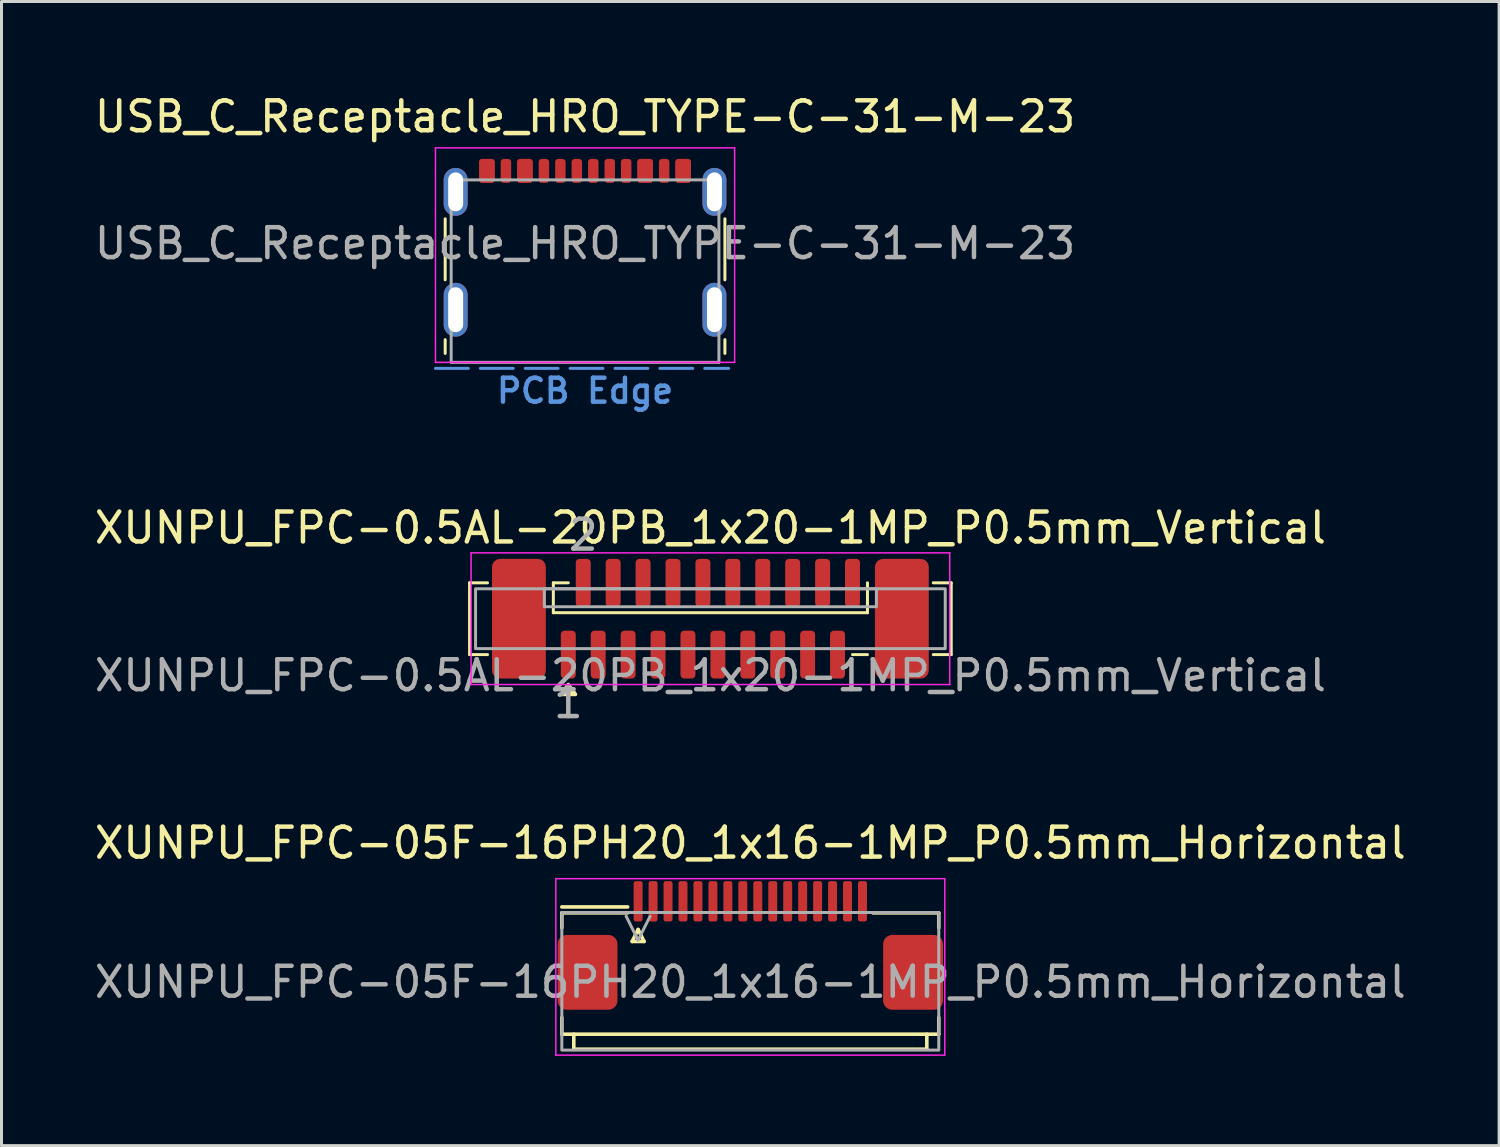
<source format=kicad_pcb>
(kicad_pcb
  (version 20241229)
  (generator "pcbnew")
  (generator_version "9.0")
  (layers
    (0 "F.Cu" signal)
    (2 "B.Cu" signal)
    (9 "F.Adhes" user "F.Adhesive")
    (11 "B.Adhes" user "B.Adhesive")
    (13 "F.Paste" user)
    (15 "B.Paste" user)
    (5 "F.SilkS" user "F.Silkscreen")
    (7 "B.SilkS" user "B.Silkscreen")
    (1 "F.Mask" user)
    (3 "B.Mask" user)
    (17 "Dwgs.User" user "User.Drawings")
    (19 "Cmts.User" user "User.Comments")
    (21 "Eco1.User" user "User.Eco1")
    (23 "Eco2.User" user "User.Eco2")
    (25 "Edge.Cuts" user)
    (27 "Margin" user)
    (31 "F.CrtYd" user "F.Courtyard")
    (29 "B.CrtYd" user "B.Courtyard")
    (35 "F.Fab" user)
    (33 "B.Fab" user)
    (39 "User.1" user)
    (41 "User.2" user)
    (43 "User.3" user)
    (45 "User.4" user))
  (footprint "XUNPU_FPC-05F-16PH20_1x16-1MP_P0.5mm_Horizontal"
    (layer "F.Cu")
    (at 22.03 28.165)
    (property "Reference" "XUNPU_FPC-05F-16PH20_1x16-1MP_P0.5mm_Horizontal" (at 0 -3.038 0) (layer "F.SilkS") (effects (font (size 1 1) (thickness 0.15))))
    (attr smd)
    (fp_line (start -6.3 -0.9) (end -4.1 -0.9) (stroke (width 0.12) (type default)) (layer "F.SilkS"))
    (fp_line (start -6.3 -0.7) (end -6.3 -0.2) (stroke (width 0.12) (type default)) (layer "F.SilkS"))
    (fp_line (start -6.3 -0.7) (end -4.1 -0.7) (stroke (width 0.12) (type default)) (layer "F.SilkS"))
    (fp_line (start -6.3 3.355) (end -6.3 2.8) (stroke (width 0.12) (type default)) (layer "F.SilkS"))
    (fp_line (start -6.3 3.355) (end 6.3 3.355) (stroke (width 0.12) (type default)) (layer "F.SilkS"))
    (fp_line (start -5.9 3.355) (end -5.9 3.855) (stroke (width 0.12) (type default)) (layer "F.SilkS"))
    (fp_line (start -3.95 0.255) (end -3.55 0.255) (stroke (width 0.12) (type solid)) (layer "F.SilkS"))
    (fp_line (start -3.75 -0.145) (end -3.95 0.255) (stroke (width 0.12) (type solid)) (layer "F.SilkS"))
    (fp_line (start -3.55 0.255) (end -3.75 -0.145) (stroke (width 0.12) (type solid)) (layer "F.SilkS"))
    (fp_line (start 5.9 3.355) (end 5.9 3.855) (stroke (width 0.12) (type default)) (layer "F.SilkS"))
    (fp_line (start 5.9 3.855) (end -5.9 3.855) (stroke (width 0.12) (type default)) (layer "F.SilkS"))
    (fp_line (start 6.3 -0.7) (end 4.1 -0.7) (stroke (width 0.12) (type default)) (layer "F.SilkS"))
    (fp_line (start 6.3 -0.7) (end 6.3 -0.2) (stroke (width 0.12) (type default)) (layer "F.SilkS"))
    (fp_line (start 6.3 3.355) (end 6.3 2.8) (stroke (width 0.12) (type default)) (layer "F.SilkS"))
    (fp_line (start -6.5 -1.845) (end -6.5 4.055) (stroke (width 0.05) (type solid)) (layer "F.CrtYd"))
    (fp_line (start -6.5 4.055) (end 6.5 4.055) (stroke (width 0.05) (type solid)) (layer "F.CrtYd"))
    (fp_line (start 6.5 -1.845) (end -6.5 -1.845) (stroke (width 0.05) (type solid)) (layer "F.CrtYd"))
    (fp_line (start 6.5 4.055) (end 6.5 -1.845) (stroke (width 0.05) (type solid)) (layer "F.CrtYd"))
    (fp_line (start -4.15 -0.588) (end -3.75 0.212) (stroke (width 0.1) (type solid)) (layer "F.Fab"))
    (fp_line (start -3.75 0.212) (end -3.35 -0.588) (stroke (width 0.1) (type solid)) (layer "F.Fab"))
    (fp_rect (start -6.3 -0.713) (end 6.3 3.887) (stroke (width 0.1) (type default)) (fill no) (layer "F.Fab"))
    (fp_text user "${REFERENCE}" (at 0 1.612 0) (layer "F.Fab") (effects (font (size 1 1) (thickness 0.15))))
    (pad "1" smd roundrect (at -3.75 -1.088) (size 0.3 1.35) (layers "F.Cu" "F.Mask" "F.Paste") (roundrect_rratio 0.25))
    (pad "2" smd roundrect (at -3.25 -1.088) (size 0.3 1.35) (layers "F.Cu" "F.Mask" "F.Paste") (roundrect_rratio 0.25))
    (pad "3" smd roundrect (at -2.75 -1.088) (size 0.3 1.35) (layers "F.Cu" "F.Mask" "F.Paste") (roundrect_rratio 0.25))
    (pad "4" smd roundrect (at -2.25 -1.088) (size 0.3 1.35) (layers "F.Cu" "F.Mask" "F.Paste") (roundrect_rratio 0.25))
    (pad "5" smd roundrect (at -1.75 -1.088) (size 0.3 1.35) (layers "F.Cu" "F.Mask" "F.Paste") (roundrect_rratio 0.25))
    (pad "6" smd roundrect (at -1.25 -1.088) (size 0.3 1.35) (layers "F.Cu" "F.Mask" "F.Paste") (roundrect_rratio 0.25))
    (pad "7" smd roundrect (at -0.75 -1.088) (size 0.3 1.35) (layers "F.Cu" "F.Mask" "F.Paste") (roundrect_rratio 0.25))
    (pad "8" smd roundrect (at -0.25 -1.088) (size 0.3 1.35) (layers "F.Cu" "F.Mask" "F.Paste") (roundrect_rratio 0.25))
    (pad "9" smd roundrect (at 0.25 -1.088) (size 0.3 1.35) (layers "F.Cu" "F.Mask" "F.Paste") (roundrect_rratio 0.25))
    (pad "10" smd roundrect (at 0.75 -1.088) (size 0.3 1.35) (layers "F.Cu" "F.Mask" "F.Paste") (roundrect_rratio 0.25))
    (pad "11" smd roundrect (at 1.25 -1.088) (size 0.3 1.35) (layers "F.Cu" "F.Mask" "F.Paste") (roundrect_rratio 0.25))
    (pad "12" smd roundrect (at 1.75 -1.088) (size 0.3 1.35) (layers "F.Cu" "F.Mask" "F.Paste") (roundrect_rratio 0.25))
    (pad "13" smd roundrect (at 2.25 -1.088) (size 0.3 1.35) (layers "F.Cu" "F.Mask" "F.Paste") (roundrect_rratio 0.25))
    (pad "14" smd roundrect (at 2.75 -1.088) (size 0.3 1.35) (layers "F.Cu" "F.Mask" "F.Paste") (roundrect_rratio 0.25))
    (pad "15" smd roundrect (at 3.25 -1.088) (size 0.3 1.35) (layers "F.Cu" "F.Mask" "F.Paste") (roundrect_rratio 0.25))
    (pad "16" smd roundrect (at 3.75 -1.088) (size 0.3 1.35) (layers "F.Cu" "F.Mask" "F.Paste") (roundrect_rratio 0.25))
    (pad "MP" smd roundrect (at -5.44 1.287) (size 2 2.5) (layers "F.Cu" "F.Mask" "F.Paste") (roundrect_rratio 0.15))
    (pad "MP" smd roundrect (at 5.44 1.287) (size 2 2.5) (layers "F.Cu" "F.Mask" "F.Paste") (roundrect_rratio 0.15)))
  (footprint "XUNPU_FPC-0.5AL-20PB_1x20-1MP_P0.5mm_Vertical"
    (layer "F.Cu")
    (at 20.696 17.631)
    (property "Reference" "XUNPU_FPC-0.5AL-20PB_1x20-1MP_P0.5mm_Vertical" (at 0 -3.038 0) (layer "F.SilkS") (effects (font (size 1 1) (thickness 0.15))))
    (attr smd)
    (fp_line (start -8.05 -1.2) (end -8.05 1.2) (stroke (width 0.1) (type default)) (layer "F.SilkS"))
    (fp_line (start -8.05 1.2) (end -7.45 1.2) (stroke (width 0.1) (type default)) (layer "F.SilkS"))
    (fp_line (start -7.45 -1.2) (end -8.05 -1.2) (stroke (width 0.1) (type default)) (layer "F.SilkS"))
    (fp_line (start -5.25 -1.2) (end -4.75 -1.2) (stroke (width 0.1) (type default)) (layer "F.SilkS"))
    (fp_line (start -5.25 -0.2) (end -5.25 -1.2) (stroke (width 0.1) (type default)) (layer "F.SilkS"))
    (fp_line (start 5.25 -0.2) (end -5.25 -0.2) (stroke (width 0.1) (type default)) (layer "F.SilkS"))
    (fp_line (start 5.25 -0.2) (end 5.25 -1.2) (stroke (width 0.1) (type default)) (layer "F.SilkS"))
    (fp_line (start 5.25 1.2) (end 4.75 1.2) (stroke (width 0.1) (type default)) (layer "F.SilkS"))
    (fp_line (start 7.45 -1.2) (end 8.05 -1.2) (stroke (width 0.1) (type default)) (layer "F.SilkS"))
    (fp_line (start 8.05 -1.2) (end 8.05 1.2) (stroke (width 0.1) (type default)) (layer "F.SilkS"))
    (fp_line (start 8.05 1.2) (end 7.45 1.2) (stroke (width 0.1) (type default)) (layer "F.SilkS"))
    (fp_poly (pts (xy -4.75 2.2) (xy -4.51 2.53) (xy -4.99 2.53) (xy -4.75 2.2)) (stroke (width 0.12) (type solid)) (fill yes) (layer "F.SilkS"))
    (fp_line (start -8 -2.2) (end -8 2.2) (stroke (width 0.05) (type solid)) (layer "F.CrtYd"))
    (fp_line (start -8 2.2) (end 8 2.2) (stroke (width 0.05) (type solid)) (layer "F.CrtYd"))
    (fp_line (start 8 -2.2) (end -8 -2.2) (stroke (width 0.05) (type solid)) (layer "F.CrtYd"))
    (fp_line (start 8 2.2) (end 8 -2.2) (stroke (width 0.05) (type solid)) (layer "F.CrtYd"))
    (fp_rect (start -7.85 -1) (end 7.85 1) (stroke (width 0.1) (type default)) (fill no) (layer "F.Fab"))
    (fp_rect (start -5.55 -1) (end 5.55 -0.4) (stroke (width 0.1) (type default)) (fill no) (layer "F.Fab"))
    (fp_text user "2" (at -4.25 -2.8 180) (layer "F.Fab") (effects (font (size 1 1) (thickness 0.15))))
    (fp_text user "1" (at -4.75 2.8 0) (layer "F.Fab") (effects (font (size 1 1) (thickness 0.15))))
    (fp_text user "${REFERENCE}" (at 0 1.9 0) (layer "F.Fab") (effects (font (size 1 1) (thickness 0.15))))
    (pad "1" smd roundrect (at -4.75 1.2) (size 0.5 1.6) (layers "F.Cu" "F.Mask" "F.Paste") (roundrect_rratio 0.25))
    (pad "2" smd roundrect (at -4.25 -1.2) (size 0.5 1.6) (layers "F.Cu" "F.Mask" "F.Paste") (roundrect_rratio 0.25))
    (pad "3" smd roundrect (at -3.75 1.2) (size 0.5 1.6) (layers "F.Cu" "F.Mask" "F.Paste") (roundrect_rratio 0.25))
    (pad "4" smd roundrect (at -3.25 -1.2) (size 0.5 1.6) (layers "F.Cu" "F.Mask" "F.Paste") (roundrect_rratio 0.25))
    (pad "5" smd roundrect (at -2.75 1.2) (size 0.5 1.6) (layers "F.Cu" "F.Mask" "F.Paste") (roundrect_rratio 0.25))
    (pad "6" smd roundrect (at -2.25 -1.2) (size 0.5 1.6) (layers "F.Cu" "F.Mask" "F.Paste") (roundrect_rratio 0.25))
    (pad "7" smd roundrect (at -1.75 1.2) (size 0.5 1.6) (layers "F.Cu" "F.Mask" "F.Paste") (roundrect_rratio 0.25))
    (pad "8" smd roundrect (at -1.25 -1.2) (size 0.5 1.6) (layers "F.Cu" "F.Mask" "F.Paste") (roundrect_rratio 0.25))
    (pad "9" smd roundrect (at -0.75 1.2) (size 0.5 1.6) (layers "F.Cu" "F.Mask" "F.Paste") (roundrect_rratio 0.25))
    (pad "10" smd roundrect (at -0.25 -1.2) (size 0.5 1.6) (layers "F.Cu" "F.Mask" "F.Paste") (roundrect_rratio 0.25))
    (pad "11" smd roundrect (at 0.25 1.2) (size 0.5 1.6) (layers "F.Cu" "F.Mask" "F.Paste") (roundrect_rratio 0.25))
    (pad "12" smd roundrect (at 0.75 -1.2) (size 0.5 1.6) (layers "F.Cu" "F.Mask" "F.Paste") (roundrect_rratio 0.25))
    (pad "13" smd roundrect (at 1.25 1.2) (size 0.5 1.6) (layers "F.Cu" "F.Mask" "F.Paste") (roundrect_rratio 0.25))
    (pad "14" smd roundrect (at 1.75 -1.2) (size 0.5 1.6) (layers "F.Cu" "F.Mask" "F.Paste") (roundrect_rratio 0.25))
    (pad "15" smd roundrect (at 2.25 1.2) (size 0.5 1.6) (layers "F.Cu" "F.Mask" "F.Paste") (roundrect_rratio 0.25))
    (pad "16" smd roundrect (at 2.75 -1.2) (size 0.5 1.6) (layers "F.Cu" "F.Mask" "F.Paste") (roundrect_rratio 0.25))
    (pad "17" smd roundrect (at 3.25 1.2) (size 0.5 1.6) (layers "F.Cu" "F.Mask" "F.Paste") (roundrect_rratio 0.25))
    (pad "18" smd roundrect (at 3.75 -1.2) (size 0.5 1.6) (layers "F.Cu" "F.Mask" "F.Paste") (roundrect_rratio 0.25))
    (pad "19" smd roundrect (at 4.25 1.2) (size 0.5 1.6) (layers "F.Cu" "F.Mask" "F.Paste") (roundrect_rratio 0.25))
    (pad "20" smd roundrect (at 4.75 -1.2) (size 0.5 1.6) (layers "F.Cu" "F.Mask" "F.Paste") (roundrect_rratio 0.25))
    (pad "MP" smd roundrect (at -6.4 0) (size 1.8 4) (layers "F.Cu" "F.Mask" "F.Paste") (roundrect_rratio 0.15))
    (pad "MP" smd roundrect (at 6.4 0) (size 1.8 4) (layers "F.Cu" "F.Mask" "F.Paste") (roundrect_rratio 0.15)))
  (footprint "USB_C_Receptacle_HRO_TYPE-C-31-M-23"
    (layer "F.Cu")
    (at 16.506 5.088)
    (property "Reference" "USB_C_Receptacle_HRO_TYPE-C-31-M-23" (at 0 -4.24 0) (layer "F.SilkS") (effects (font (size 1 1) (thickness 0.15))))
    (attr smd)
    (fp_line (start -4.675 -0.825) (end -4.675 1.215) (stroke (width 0.1) (type default)) (layer "F.SilkS"))
    (fp_line (start -4.675 3.215) (end -4.675 3.675) (stroke (width 0.1) (type default)) (layer "F.SilkS"))
    (fp_line (start 4.675 -0.825) (end 4.675 1.215) (stroke (width 0.1) (type default)) (layer "F.SilkS"))
    (fp_line (start 4.675 3.215) (end 4.675 3.675) (stroke (width 0.1) (type default)) (layer "F.SilkS"))
    (fp_line (start -5 4.175) (end 4.8 4.175) (stroke (width 0.1) (type dash)) (layer "Cmts.User"))
    (fp_line (start -5 -3.195) (end -5 3.975) (stroke (width 0.05) (type solid)) (layer "F.CrtYd"))
    (fp_line (start -5 -3.195) (end 5 -3.195) (stroke (width 0.05) (type solid)) (layer "F.CrtYd"))
    (fp_line (start -5 3.975) (end 5 3.975) (stroke (width 0.05) (type solid)) (layer "F.CrtYd"))
    (fp_line (start 5 -3.195) (end 5 3.975) (stroke (width 0.05) (type solid)) (layer "F.CrtYd"))
    (fp_line (start -4.475 -2.125) (end 4.475 -2.125) (stroke (width 0.1) (type solid)) (layer "F.Fab"))
    (fp_line (start -4.475 3.975) (end -4.475 -2.125) (stroke (width 0.1) (type default)) (layer "F.Fab"))
    (fp_line (start -4.475 3.975) (end 4.475 3.975) (stroke (width 0.1) (type solid)) (layer "F.Fab"))
    (fp_line (start 4.475 -2.125) (end 4.475 3.975) (stroke (width 0.1) (type default)) (layer "F.Fab"))
    (fp_text user "PCB Edge" (at 0 4.925 0) (layer "Cmts.User") (effects (font (size 0.8 0.8) (thickness 0.15))))
    (fp_text user "${REFERENCE}" (at 0 0 0) (layer "F.Fab") (effects (font (size 1 1) (thickness 0.15))))
    (pad "A1" smd roundrect (at -3.28 -2.425) (size 0.52 0.8) (layers "F.Cu" "F.Mask" "F.Paste") (roundrect_rratio 0.2))
    (pad "A4" smd roundrect (at -2.01 -2.425) (size 0.52 0.8) (layers "F.Cu" "F.Mask" "F.Paste") (roundrect_rratio 0.2))
    (pad "A5" smd roundrect (at -2.645 -2.425) (size 0.35 0.8) (layers "F.Cu" "F.Mask" "F.Paste") (roundrect_rratio 0.286))
    (pad "A6" smd roundrect (at -1.375 -2.425) (size 0.35 0.8) (layers "F.Cu" "F.Mask" "F.Paste") (roundrect_rratio 0.286))
    (pad "A7" smd roundrect (at 1.375 -2.425) (size 0.35 0.8) (layers "F.Cu" "F.Mask" "F.Paste") (roundrect_rratio 0.286))
    (pad "A8" smd roundrect (at 2.645 -2.425) (size 0.35 0.8) (layers "F.Cu" "F.Mask" "F.Paste") (roundrect_rratio 0.286))
    (pad "A9" smd roundrect (at 2.01 -2.425) (size 0.52 0.8) (layers "F.Cu" "F.Mask" "F.Paste") (roundrect_rratio 0.2))
    (pad "A12" smd roundrect (at 3.28 -2.425) (size 0.52 0.8) (layers "F.Cu" "F.Mask" "F.Paste") (roundrect_rratio 0.2))
    (pad "B1" smd roundrect (at 3.28 -2.425) (size 0.52 0.8) (layers "F.Cu" "F.Mask" "F.Paste") (roundrect_rratio 0.2))
    (pad "B4" smd roundrect (at 2.01 -2.425) (size 0.52 0.8) (layers "F.Cu" "F.Mask" "F.Paste") (roundrect_rratio 0.2))
    (pad "B5" smd roundrect (at 0.825 -2.425) (size 0.35 0.8) (layers "F.Cu" "F.Mask" "F.Paste") (roundrect_rratio 0.286))
    (pad "B6" smd roundrect (at 0.275 -2.425) (size 0.35 0.8) (layers "F.Cu" "F.Mask" "F.Paste") (roundrect_rratio 0.286))
    (pad "B7" smd roundrect (at -0.275 -2.425) (size 0.35 0.8) (layers "F.Cu" "F.Mask" "F.Paste") (roundrect_rratio 0.286))
    (pad "B8" smd roundrect (at -0.825 -2.425) (size 0.35 0.8) (layers "F.Cu" "F.Mask" "F.Paste") (roundrect_rratio 0.286))
    (pad "B9" smd roundrect (at -2.01 -2.425) (size 0.52 0.8) (layers "F.Cu" "F.Mask" "F.Paste") (roundrect_rratio 0.2))
    (pad "B12" smd roundrect (at -3.28 -2.425) (size 0.52 0.8) (layers "F.Cu" "F.Mask" "F.Paste") (roundrect_rratio 0.2))
    (pad "S1" thru_hole oval (at -4.325 -1.725) (size 0.8 1.6) (drill oval 0.5 1.3) (layers "*.Cu" "*.Mask"))
    (pad "S1" thru_hole oval (at -4.325 2.215) (size 0.8 1.8) (drill oval 0.5 1.5) (layers "*.Cu" "*.Mask"))
    (pad "S1" thru_hole oval (at 4.325 -1.725) (size 0.8 1.6) (drill oval 0.5 1.3) (layers "*.Cu" "*.Mask"))
    (pad "S1" thru_hole oval (at 4.325 2.215) (size 0.8 1.8) (drill oval 0.5 1.5) (layers "*.Cu" "*.Mask")))
  (gr_rect
    (start -3 -3)
    (end 47.06 35.245)
    (stroke (width 0.1) (type default))
    (fill no)
    (layer "Edge.Cuts")))
</source>
